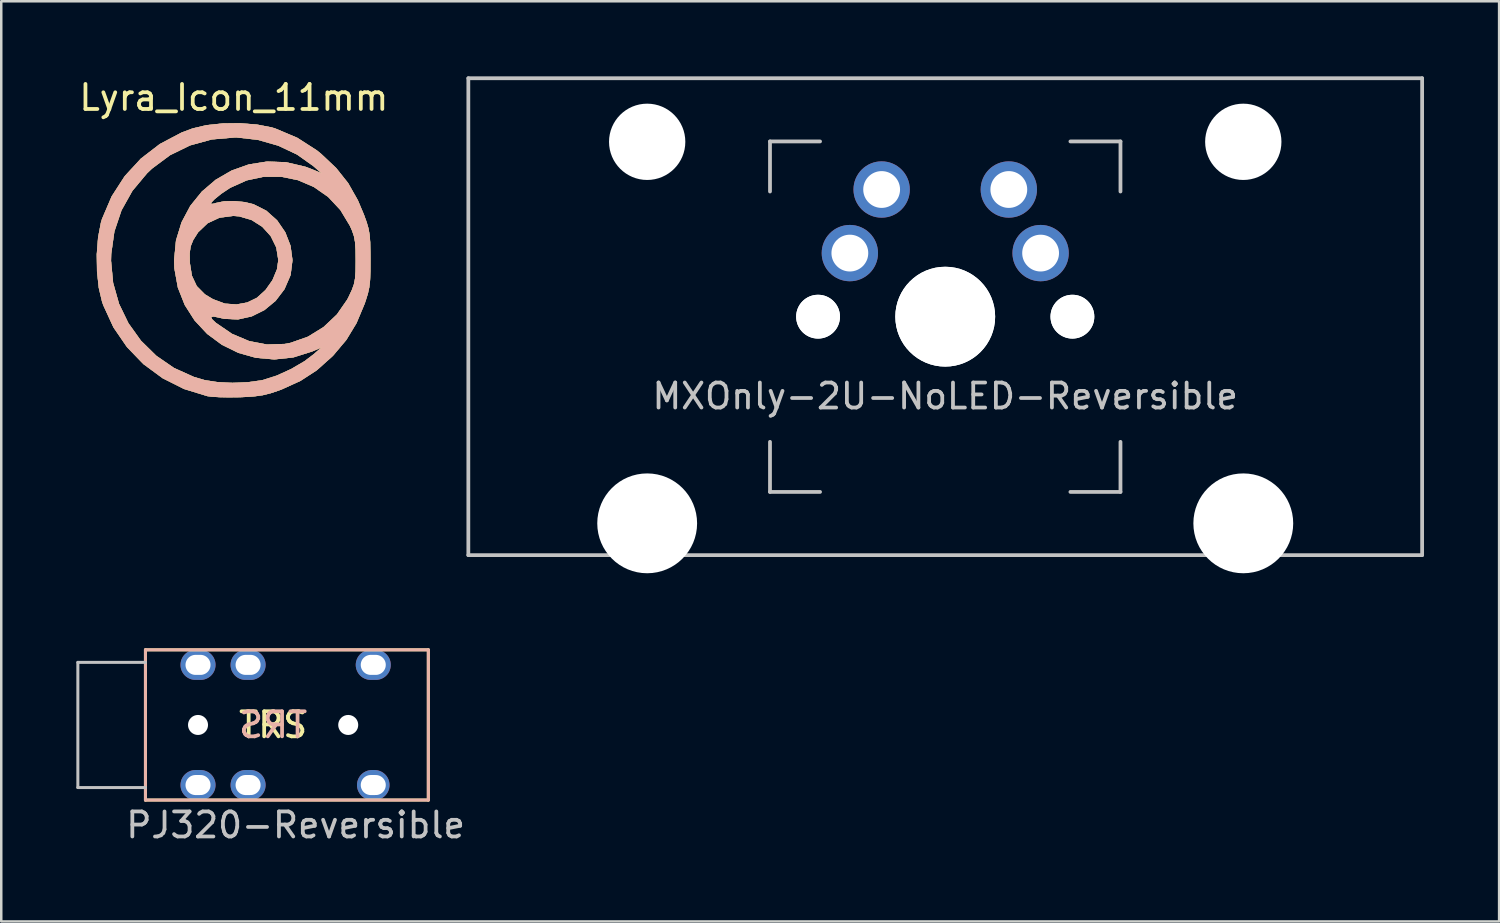
<source format=kicad_pcb>
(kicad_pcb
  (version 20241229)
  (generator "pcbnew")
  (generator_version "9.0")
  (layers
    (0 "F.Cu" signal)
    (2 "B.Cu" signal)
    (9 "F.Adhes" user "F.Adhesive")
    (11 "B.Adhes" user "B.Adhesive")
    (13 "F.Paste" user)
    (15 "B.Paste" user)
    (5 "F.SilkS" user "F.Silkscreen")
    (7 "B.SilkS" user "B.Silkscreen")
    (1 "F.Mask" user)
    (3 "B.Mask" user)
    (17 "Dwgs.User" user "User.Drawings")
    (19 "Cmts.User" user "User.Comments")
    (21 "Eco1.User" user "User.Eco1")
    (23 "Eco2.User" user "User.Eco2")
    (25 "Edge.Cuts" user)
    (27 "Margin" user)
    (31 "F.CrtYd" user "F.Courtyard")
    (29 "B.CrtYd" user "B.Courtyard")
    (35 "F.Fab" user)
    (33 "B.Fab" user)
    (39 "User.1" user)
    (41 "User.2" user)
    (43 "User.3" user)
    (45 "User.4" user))
  (footprint "PJ320-Reversible"
    (layer "F.Cu")
    (at 2.76 25.909)
    (property "Reference" "PJ320-Reversible" (at 6 4 180) (layer "Dwgs.User") (effects (font (size 1 1) (thickness 0.15))))
    (attr through_hole)
    (fp_line (start 0 -3) (end 0 3) (stroke (width 0.12) (type solid)) (layer "F.SilkS"))
    (fp_line (start 0 3) (end 11.3 3) (stroke (width 0.12) (type solid)) (layer "F.SilkS"))
    (fp_line (start 11.3 -3) (end 0 -3) (stroke (width 0.12) (type solid)) (layer "F.SilkS"))
    (fp_line (start 11.3 3) (end 11.3 -3) (stroke (width 0.12) (type solid)) (layer "F.SilkS"))
    (fp_line (start 0 -3) (end 11.3 -3) (stroke (width 0.12) (type solid)) (layer "B.SilkS"))
    (fp_line (start 0 3) (end 0 -3) (stroke (width 0.12) (type solid)) (layer "B.SilkS"))
    (fp_line (start 11.3 -3) (end 11.3 3) (stroke (width 0.12) (type solid)) (layer "B.SilkS"))
    (fp_line (start 11.3 3) (end 0 3) (stroke (width 0.12) (type solid)) (layer "B.SilkS"))
    (fp_line (start -2.7 -2.5) (end 0 -2.5) (stroke (width 0.12) (type solid)) (layer "Dwgs.User"))
    (fp_line (start -2.7 2.5) (end -2.7 -2.5) (stroke (width 0.12) (type solid)) (layer "Dwgs.User"))
    (fp_line (start -2.7 2.5) (end 0 2.5) (stroke (width 0.12) (type solid)) (layer "Dwgs.User"))
    (fp_text user "TRS" (at 5.1 0 0) (layer "F.SilkS") (effects (font (size 1 1) (thickness 0.15))))
    (fp_text user "TRS" (at 5.1 0 0) (layer "B.SilkS") (effects (font (size 1 1) (thickness 0.15)) (justify mirror)))
    (pad "" np_thru_hole circle (at 2.1 0) (size 0.8 0.8) (drill 0.8) (layers "*.Cu" "*.Mask"))
    (pad "" np_thru_hole circle (at 8.1 0) (size 0.8 0.8) (drill 0.8) (layers "*.Cu" "*.Mask"))
    (pad "1" thru_hole oval (at 2.1 -2.4) (size 1.4 1.2) (drill oval 1 0.8) (layers "*.Cu" "*.Mask"))
    (pad "1" thru_hole oval (at 2.1 2.4) (size 1.4 1.2) (drill oval 1 0.8) (layers "*.Cu" "*.Mask"))
    (pad "2" thru_hole oval (at 4.1 -2.4) (size 1.4 1.2) (drill oval 1 0.8) (layers "*.Cu" "*.Mask"))
    (pad "2" thru_hole oval (at 4.1 2.4) (size 1.4 1.2) (drill oval 1 0.8) (layers "*.Cu" "*.Mask"))
    (pad "3" thru_hole oval (at 9.1 -2.4) (size 1.4 1.2) (drill oval 1 0.8) (layers "*.Cu" "*.Mask"))
    (pad "3" thru_hole oval (at 9.1 2.4) (size 1.3 1.2) (drill oval 1 0.8) (layers "*.Cu" "*.Mask")))
  (footprint "MXOnly-2U-NoLED-Reversible"
    (layer "F.Cu")
    (at 34.708 9.6)
    (property "Reference" "MXOnly-2U-NoLED-Reversible" (at 0 3.175 0) (layer "Dwgs.User") (effects (font (size 1 1) (thickness 0.15))))
    (attr through_hole)
    (fp_line (start -19.05 -9.525) (end 19.05 -9.525) (stroke (width 0.15) (type solid)) (layer "Dwgs.User"))
    (fp_line (start -19.05 9.525) (end -19.05 -9.525) (stroke (width 0.15) (type solid)) (layer "Dwgs.User"))
    (fp_line (start -19.05 9.525) (end 19.05 9.525) (stroke (width 0.15) (type solid)) (layer "Dwgs.User"))
    (fp_line (start -7 -7) (end -7 -5) (stroke (width 0.15) (type solid)) (layer "Dwgs.User"))
    (fp_line (start -7 5) (end -7 7) (stroke (width 0.15) (type solid)) (layer "Dwgs.User"))
    (fp_line (start -7 7) (end -5 7) (stroke (width 0.15) (type solid)) (layer "Dwgs.User"))
    (fp_line (start -5 -7) (end -7 -7) (stroke (width 0.15) (type solid)) (layer "Dwgs.User"))
    (fp_line (start 5 -7) (end 7 -7) (stroke (width 0.15) (type solid)) (layer "Dwgs.User"))
    (fp_line (start 5 7) (end 7 7) (stroke (width 0.15) (type solid)) (layer "Dwgs.User"))
    (fp_line (start 7 -7) (end 7 -5) (stroke (width 0.15) (type solid)) (layer "Dwgs.User"))
    (fp_line (start 7 7) (end 7 5) (stroke (width 0.15) (type solid)) (layer "Dwgs.User"))
    (fp_line (start 19.05 -9.525) (end 19.05 9.525) (stroke (width 0.15) (type solid)) (layer "Dwgs.User"))
    (pad "" np_thru_hole circle (at -11.906 -6.985) (size 3.048 3.048) (drill 3.048) (layers "*.Cu" "*.Mask"))
    (pad "" np_thru_hole circle (at -11.906 8.255) (size 3.988 3.988) (drill 3.988) (layers "*.Cu" "*.Mask"))
    (pad "" np_thru_hole circle (at -5.08 0 131.9) (size 1.75 1.75) (drill 1.75) (layers "*.Cu" "*.Mask"))
    (pad "" np_thru_hole circle (at -5.08 0 48.1) (size 1.75 1.75) (drill 1.75) (layers "*.Cu" "*.Mask"))
    (pad "" np_thru_hole circle (at 0 0 180) (size 3.988 3.988) (drill 3.988) (layers "*.Cu" "*.Mask"))
    (pad "" np_thru_hole circle (at 0 0) (size 3.988 3.988) (drill 3.988) (layers "*.Cu" "*.Mask"))
    (pad "" np_thru_hole circle (at 5.08 0 48.1) (size 1.75 1.75) (drill 1.75) (layers "*.Cu" "*.Mask"))
    (pad "" np_thru_hole circle (at 5.08 0 131.9) (size 1.75 1.75) (drill 1.75) (layers "*.Cu" "*.Mask"))
    (pad "" np_thru_hole circle (at 11.906 -6.985) (size 3.048 3.048) (drill 3.048) (layers "*.Cu" "*.Mask"))
    (pad "" np_thru_hole circle (at 11.906 8.255) (size 3.988 3.988) (drill 3.988) (layers "*.Cu" "*.Mask"))
    (pad "1" thru_hole circle (at -3.81 -2.54) (size 2.25 2.25) (drill 1.47) (layers "*.Cu" "*.Mask"))
    (pad "1" thru_hole circle (at 3.81 -2.54 180) (size 2.25 2.25) (drill 1.47) (layers "*.Cu" "*.Mask"))
    (pad "2" thru_hole circle (at -2.54 -5.08 180) (size 2.25 2.25) (drill 1.47) (layers "*.Cu" "*.Mask"))
    (pad "2" thru_hole circle (at 2.54 -5.08) (size 2.25 2.25) (drill 1.47) (layers "*.Cu" "*.Mask")))
  (footprint "Lyra_Icon_11mm"
    (layer "F.Cu")
    (at 6.292 7.348)
    (property "Reference" "Lyra_Icon_11mm" (at 0 -6.5 0) (layer "F.SilkS") (effects (font (size 1 1) (thickness 0.15))))
    (attr through_hole)
    (fp_poly (pts (xy 0.916 -5.421) (xy 1.504 -5.308) (xy 1.651 -5.263) (xy 2.531 -4.891) (xy 3.308 -4.392) (xy 3.475 -4.258) (xy 4.082 -3.687) (xy 4.563 -3.081) (xy 4.953 -2.392) (xy 5.193 -1.823) (xy 5.301 -1.525) (xy 5.374 -1.274) (xy 5.419 -1.024) (xy 5.443 -0.726) (xy 5.453 -0.333) (xy 5.455 -0.042) (xy 5.453 0.433) (xy 5.439 0.788) (xy 5.408 1.07) (xy 5.352 1.326) (xy 5.265 1.606) (xy 5.221 1.735) (xy 4.895 2.511) (xy 4.491 3.177) (xy 3.976 3.789) (xy 3.922 3.844) (xy 3.312 4.389) (xy 2.66 4.813) (xy 1.909 5.155) (xy 1.829 5.185) (xy 1.467 5.308) (xy 1.143 5.388) (xy 0.794 5.436) (xy 0.357 5.462) (xy 0.212 5.467) (xy -0.208 5.472) (xy -0.601 5.464) (xy -0.915 5.443) (xy -1.058 5.423) (xy -1.99 5.137) (xy -2.845 4.707) (xy -3.609 4.145) (xy -4.268 3.464) (xy -4.808 2.676) (xy -5.214 1.793) (xy -5.263 1.651) (xy -5.394 1.097) (xy -5.464 0.446) (xy -5.47 0.025) (xy -4.909 0.025) (xy -4.826 0.903) (xy -4.59 1.739) (xy -4.215 2.514) (xy -3.715 3.212) (xy -3.103 3.814) (xy -2.393 4.303) (xy -1.599 4.661) (xy -1.167 4.788) (xy -0.654 4.869) (xy -0.055 4.898) (xy 0.555 4.873) (xy 1.103 4.797) (xy 1.177 4.78) (xy 1.718 4.606) (xy 2.29 4.345) (xy 2.823 4.033) (xy 3.175 3.767) (xy 3.514 3.473) (xy 3.129 3.638) (xy 2.375 3.876) (xy 1.62 3.957) (xy 0.882 3.892) (xy 0.177 3.693) (xy -0.476 3.372) (xy -1.062 2.939) (xy -1.561 2.407) (xy -1.654 2.262) (xy -0.913 2.262) (xy -0.87 2.358) (xy -0.716 2.503) (xy -0.076 2.94) (xy 0.61 3.23) (xy 1.319 3.366) (xy 2.031 3.344) (xy 2.268 3.299) (xy 2.956 3.056) (xy 3.582 2.671) (xy 4.117 2.167) (xy 4.533 1.568) (xy 4.592 1.452) (xy 4.717 1.184) (xy 4.797 0.962) (xy 4.842 0.733) (xy 4.863 0.446) (xy 4.868 0.048) (xy 4.868 0) (xy 4.863 -0.423) (xy 4.843 -0.728) (xy 4.799 -0.966) (xy 4.723 -1.189) (xy 4.64 -1.376) (xy 4.255 -2.014) (xy 3.765 -2.536) (xy 3.193 -2.934) (xy 2.56 -3.205) (xy 1.888 -3.342) (xy 1.198 -3.341) (xy 0.513 -3.196) (xy -0.146 -2.9) (xy -0.511 -2.657) (xy -0.774 -2.442) (xy -0.906 -2.302) (xy -0.903 -2.244) (xy -0.761 -2.271) (xy -0.714 -2.288) (xy -0.397 -2.354) (xy 0.009 -2.365) (xy 0.434 -2.323) (xy 0.779 -2.239) (xy 1.294 -1.979) (xy 1.724 -1.595) (xy 2.051 -1.118) (xy 2.261 -0.578) (xy 2.338 -0.006) (xy 2.266 0.568) (xy 2.255 0.607) (xy 2.018 1.154) (xy 1.664 1.619) (xy 1.219 1.985) (xy 0.71 2.238) (xy 0.165 2.359) (xy -0.391 2.334) (xy -0.546 2.298) (xy -0.805 2.242) (xy -0.913 2.262) (xy -1.654 2.262) (xy -1.958 1.786) (xy -2.234 1.089) (xy -2.373 0.325) (xy -2.386 0) (xy -2.357 -0.294) (xy -1.768 -0.294) (xy -1.764 0.072) (xy -1.764 0.087) (xy -1.679 0.618) (xy -1.484 1.034) (xy -1.161 1.36) (xy -0.836 1.556) (xy -0.358 1.733) (xy 0.107 1.766) (xy 0.538 1.687) (xy 0.92 1.501) (xy 1.266 1.189) (xy 1.545 0.794) (xy 1.726 0.358) (xy 1.778 -0.01) (xy 1.697 -0.515) (xy 1.475 -0.967) (xy 1.136 -1.342) (xy 0.707 -1.614) (xy 0.212 -1.759) (xy -0.024 -1.776) (xy -0.577 -1.704) (xy -1.048 -1.484) (xy -1.429 -1.123) (xy -1.626 -0.812) (xy -1.726 -0.565) (xy -1.768 -0.294) (xy -2.357 -0.294) (xy -2.309 -0.791) (xy -2.086 -1.519) (xy -1.737 -2.174) (xy -1.277 -2.743) (xy -0.724 -3.215) (xy -0.094 -3.58) (xy 0.595 -3.826) (xy 1.326 -3.942) (xy 2.083 -3.916) (xy 2.848 -3.737) (xy 3.103 -3.641) (xy 3.514 -3.471) (xy 3.175 -3.767) (xy 2.525 -4.228) (xy 1.774 -4.582) (xy 0.962 -4.814) (xy 0.129 -4.908) (xy 0.025 -4.909) (xy -0.889 -4.83) (xy -1.753 -4.592) (xy -2.553 -4.201) (xy -3.277 -3.662) (xy -3.474 -3.474) (xy -4.056 -2.776) (xy -4.492 -1.997) (xy -4.776 -1.151) (xy -4.903 -0.25) (xy -4.909 0.025) (xy -5.47 0.025) (xy -5.473 -0.245) (xy -5.421 -0.915) (xy -5.308 -1.504) (xy -5.264 -1.651) (xy -4.878 -2.553) (xy -4.357 -3.36) (xy -3.711 -4.061) (xy -2.953 -4.644) (xy -2.095 -5.097) (xy -1.651 -5.264) (xy -1.097 -5.395) (xy -0.444 -5.465) (xy 0.246 -5.473) (xy 0.916 -5.421)) (stroke (width 0.01) (type solid)) (fill yes) (layer "F.SilkS"))
    (fp_poly (pts (xy 0.916 -5.421) (xy 1.504 -5.308) (xy 1.651 -5.263) (xy 2.531 -4.891) (xy 3.308 -4.392) (xy 3.475 -4.258) (xy 4.082 -3.687) (xy 4.563 -3.081) (xy 4.953 -2.392) (xy 5.193 -1.823) (xy 5.301 -1.525) (xy 5.374 -1.274) (xy 5.419 -1.024) (xy 5.443 -0.726) (xy 5.453 -0.333) (xy 5.455 -0.042) (xy 5.453 0.433) (xy 5.439 0.788) (xy 5.408 1.07) (xy 5.352 1.326) (xy 5.265 1.606) (xy 5.221 1.735) (xy 4.895 2.511) (xy 4.491 3.177) (xy 3.976 3.789) (xy 3.922 3.844) (xy 3.312 4.389) (xy 2.66 4.813) (xy 1.909 5.155) (xy 1.829 5.185) (xy 1.467 5.308) (xy 1.143 5.388) (xy 0.794 5.436) (xy 0.357 5.462) (xy 0.212 5.467) (xy -0.208 5.472) (xy -0.601 5.464) (xy -0.915 5.443) (xy -1.058 5.423) (xy -1.99 5.137) (xy -2.845 4.707) (xy -3.609 4.145) (xy -4.268 3.464) (xy -4.808 2.676) (xy -5.214 1.793) (xy -5.263 1.651) (xy -5.394 1.097) (xy -5.464 0.446) (xy -5.47 0.025) (xy -4.909 0.025) (xy -4.826 0.903) (xy -4.59 1.739) (xy -4.215 2.514) (xy -3.715 3.212) (xy -3.103 3.814) (xy -2.393 4.303) (xy -1.599 4.661) (xy -1.167 4.788) (xy -0.654 4.869) (xy -0.055 4.898) (xy 0.555 4.873) (xy 1.103 4.797) (xy 1.177 4.78) (xy 1.718 4.606) (xy 2.29 4.345) (xy 2.823 4.033) (xy 3.175 3.767) (xy 3.514 3.473) (xy 3.129 3.638) (xy 2.375 3.876) (xy 1.62 3.957) (xy 0.882 3.892) (xy 0.177 3.693) (xy -0.476 3.372) (xy -1.062 2.939) (xy -1.561 2.407) (xy -1.654 2.262) (xy -0.913 2.262) (xy -0.87 2.358) (xy -0.716 2.503) (xy -0.076 2.94) (xy 0.61 3.23) (xy 1.319 3.366) (xy 2.031 3.344) (xy 2.268 3.299) (xy 2.956 3.056) (xy 3.582 2.671) (xy 4.117 2.167) (xy 4.533 1.568) (xy 4.592 1.452) (xy 4.717 1.184) (xy 4.797 0.962) (xy 4.842 0.733) (xy 4.863 0.446) (xy 4.868 0.048) (xy 4.868 0) (xy 4.863 -0.423) (xy 4.843 -0.728) (xy 4.799 -0.966) (xy 4.723 -1.189) (xy 4.64 -1.376) (xy 4.255 -2.014) (xy 3.765 -2.536) (xy 3.193 -2.934) (xy 2.56 -3.205) (xy 1.888 -3.342) (xy 1.198 -3.341) (xy 0.513 -3.196) (xy -0.146 -2.9) (xy -0.511 -2.657) (xy -0.774 -2.442) (xy -0.906 -2.302) (xy -0.903 -2.244) (xy -0.761 -2.271) (xy -0.714 -2.288) (xy -0.397 -2.354) (xy 0.009 -2.365) (xy 0.434 -2.323) (xy 0.779 -2.239) (xy 1.294 -1.979) (xy 1.724 -1.595) (xy 2.051 -1.118) (xy 2.261 -0.578) (xy 2.338 -0.006) (xy 2.266 0.568) (xy 2.255 0.607) (xy 2.018 1.154) (xy 1.664 1.619) (xy 1.219 1.985) (xy 0.71 2.238) (xy 0.165 2.359) (xy -0.391 2.334) (xy -0.546 2.298) (xy -0.805 2.242) (xy -0.913 2.262) (xy -1.654 2.262) (xy -1.958 1.786) (xy -2.234 1.089) (xy -2.373 0.325) (xy -2.386 0) (xy -2.357 -0.294) (xy -1.768 -0.294) (xy -1.764 0.072) (xy -1.764 0.087) (xy -1.679 0.618) (xy -1.484 1.034) (xy -1.161 1.36) (xy -0.836 1.556) (xy -0.358 1.733) (xy 0.107 1.766) (xy 0.538 1.687) (xy 0.92 1.501) (xy 1.266 1.189) (xy 1.545 0.794) (xy 1.726 0.358) (xy 1.778 -0.01) (xy 1.697 -0.515) (xy 1.475 -0.967) (xy 1.136 -1.342) (xy 0.707 -1.614) (xy 0.212 -1.759) (xy -0.024 -1.776) (xy -0.577 -1.704) (xy -1.048 -1.484) (xy -1.429 -1.123) (xy -1.626 -0.812) (xy -1.726 -0.565) (xy -1.768 -0.294) (xy -2.357 -0.294) (xy -2.309 -0.791) (xy -2.086 -1.519) (xy -1.737 -2.174) (xy -1.277 -2.743) (xy -0.724 -3.215) (xy -0.094 -3.58) (xy 0.595 -3.826) (xy 1.326 -3.942) (xy 2.083 -3.916) (xy 2.848 -3.737) (xy 3.103 -3.641) (xy 3.514 -3.471) (xy 3.175 -3.767) (xy 2.525 -4.228) (xy 1.774 -4.582) (xy 0.962 -4.814) (xy 0.129 -4.908) (xy 0.025 -4.909) (xy -0.889 -4.83) (xy -1.753 -4.592) (xy -2.553 -4.201) (xy -3.277 -3.662) (xy -3.474 -3.474) (xy -4.056 -2.776) (xy -4.492 -1.997) (xy -4.776 -1.151) (xy -4.903 -0.25) (xy -4.909 0.025) (xy -5.47 0.025) (xy -5.473 -0.245) (xy -5.421 -0.915) (xy -5.308 -1.504) (xy -5.264 -1.651) (xy -4.878 -2.553) (xy -4.357 -3.36) (xy -3.711 -4.061) (xy -2.953 -4.644) (xy -2.095 -5.097) (xy -1.651 -5.264) (xy -1.097 -5.395) (xy -0.444 -5.465) (xy 0.246 -5.473) (xy 0.916 -5.421)) (stroke (width 0.01) (type solid)) (fill yes) (layer "B.SilkS")))
  (gr_rect
    (start -3 -3)
    (end 56.833 33.757)
    (stroke (width 0.1) (type default))
    (fill no)
    (layer "Edge.Cuts")))
</source>
